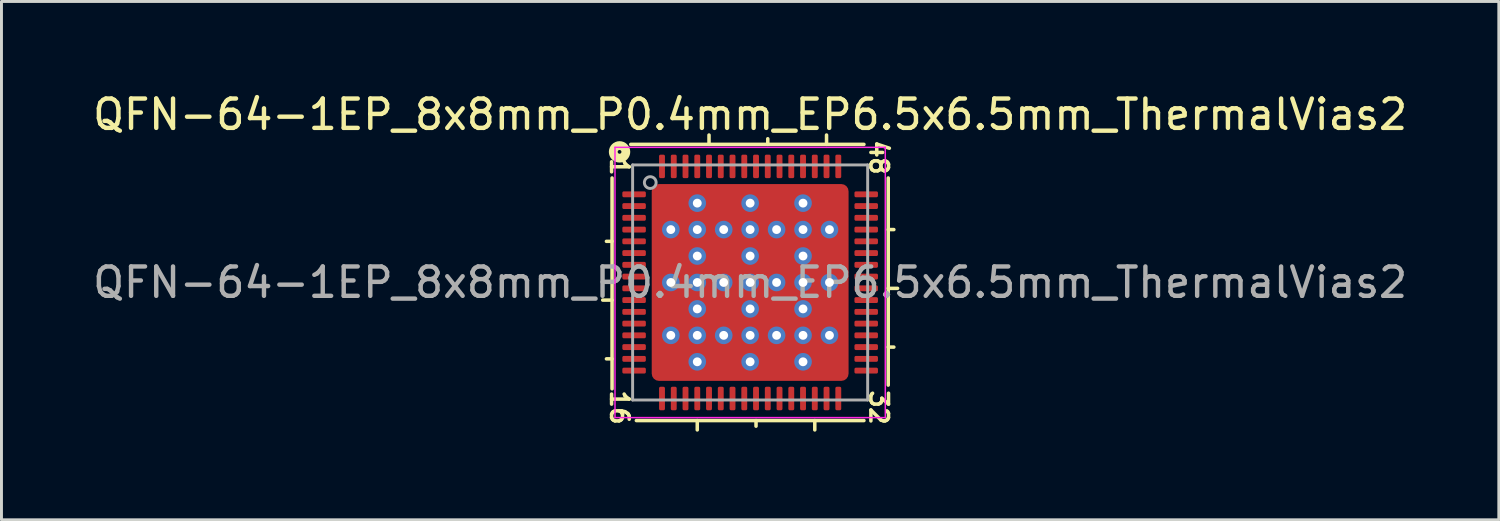
<source format=kicad_pcb>
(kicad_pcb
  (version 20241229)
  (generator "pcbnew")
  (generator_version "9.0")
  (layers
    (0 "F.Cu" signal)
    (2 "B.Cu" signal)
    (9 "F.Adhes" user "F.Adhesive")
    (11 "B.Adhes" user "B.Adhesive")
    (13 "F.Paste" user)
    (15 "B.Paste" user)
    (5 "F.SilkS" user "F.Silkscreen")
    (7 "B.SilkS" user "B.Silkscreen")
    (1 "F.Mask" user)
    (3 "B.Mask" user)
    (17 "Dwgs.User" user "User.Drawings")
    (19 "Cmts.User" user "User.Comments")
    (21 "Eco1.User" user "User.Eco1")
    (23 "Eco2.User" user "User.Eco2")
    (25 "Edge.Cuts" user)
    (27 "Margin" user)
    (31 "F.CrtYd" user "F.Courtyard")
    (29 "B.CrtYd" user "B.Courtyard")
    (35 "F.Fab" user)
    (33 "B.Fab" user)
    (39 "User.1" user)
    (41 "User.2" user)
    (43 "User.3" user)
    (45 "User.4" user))
  (footprint "QFN-64-1EP_8x8mm_P0.4mm_EP6.5x6.5mm_ThermalVias2"
    (layer "F.Cu")
    (at 22.482 6.564)
    (property "Reference" "QFN-64-1EP_8x8mm_P0.4mm_EP6.5x6.5mm_ThermalVias2" (at 0 -5.716 0) (layer "F.SilkS") (effects (font (size 1 1) (thickness 0.15))))
    (attr smd)
    (fp_line (start -4.7 -3.556) (end -4.7 3.619) (stroke (width 0.12) (type solid)) (layer "F.SilkS"))
    (fp_line (start -4.7 -1.4) (end -4.891 -1.4) (stroke (width 0.12) (type solid)) (layer "F.SilkS"))
    (fp_line (start -4.7 0.6) (end -5.018 0.6) (stroke (width 0.12) (type solid)) (layer "F.SilkS"))
    (fp_line (start -4.7 2.6) (end -4.891 2.6) (stroke (width 0.12) (type solid)) (layer "F.SilkS"))
    (fp_line (start -3.873 4.7) (end 3.873 4.7) (stroke (width 0.12) (type solid)) (layer "F.SilkS"))
    (fp_line (start -1.8 4.7) (end -1.8 5.018) (stroke (width 0.12) (type solid)) (layer "F.SilkS"))
    (fp_line (start -1.4 -4.7) (end -1.4 -5.018) (stroke (width 0.12) (type solid)) (layer "F.SilkS"))
    (fp_line (start 0.2 4.7) (end 0.2 4.891) (stroke (width 0.12) (type solid)) (layer "F.SilkS"))
    (fp_line (start 0.6 -4.7) (end 0.6 -4.891) (stroke (width 0.12) (type solid)) (layer "F.SilkS"))
    (fp_line (start 2.2 4.7) (end 2.2 5.018) (stroke (width 0.12) (type solid)) (layer "F.SilkS"))
    (fp_line (start 2.6 -4.7) (end 2.6 -5.018) (stroke (width 0.12) (type solid)) (layer "F.SilkS"))
    (fp_line (start 3.873 -4.7) (end -4.064 -4.7) (stroke (width 0.12) (type solid)) (layer "F.SilkS"))
    (fp_line (start 4.7 -1.8) (end 4.891 -1.8) (stroke (width 0.12) (type solid)) (layer "F.SilkS"))
    (fp_line (start 4.7 0.2) (end 5.018 0.2) (stroke (width 0.12) (type solid)) (layer "F.SilkS"))
    (fp_line (start 4.7 2.2) (end 4.891 2.2) (stroke (width 0.12) (type solid)) (layer "F.SilkS"))
    (fp_line (start 4.7 3.493) (end 4.7 -3.556) (stroke (width 0.12) (type solid)) (layer "F.SilkS"))
    (fp_circle (center -4.445 -4.445) (end -4.381 -4.445) (stroke (width 0.3) (type solid)) (fill no) (layer "F.SilkS"))
    (fp_line (start -4.6 -4.6) (end -4.6 4.6) (stroke (width 0.05) (type solid)) (layer "F.CrtYd"))
    (fp_line (start -4.6 4.6) (end 4.6 4.6) (stroke (width 0.05) (type solid)) (layer "F.CrtYd"))
    (fp_line (start 4.6 -4.6) (end -4.6 -4.6) (stroke (width 0.05) (type solid)) (layer "F.CrtYd"))
    (fp_line (start 4.6 4.6) (end 4.6 -4.6) (stroke (width 0.05) (type solid)) (layer "F.CrtYd"))
    (fp_line (start -4 -4) (end 4 -4) (stroke (width 0.1) (type solid)) (layer "F.Fab"))
    (fp_line (start -4 4) (end -4 -4) (stroke (width 0.1) (type solid)) (layer "F.Fab"))
    (fp_line (start 4 -4) (end 4 4) (stroke (width 0.1) (type solid)) (layer "F.Fab"))
    (fp_line (start 4 4) (end -4 4) (stroke (width 0.1) (type solid)) (layer "F.Fab"))
    (fp_circle (center -3.4 -3.4) (end -3.2 -3.4) (stroke (width 0.1) (type solid)) (fill no) (layer "F.Fab"))
    (fp_text user "16" (at -4.445 4.255 270) (unlocked yes) (layer "F.SilkS") (effects (font (size 0.6 0.6) (thickness 0.12))))
    (fp_text user "32" (at 4.381 4.255 270) (unlocked yes) (layer "F.SilkS") (effects (font (size 0.6 0.6) (thickness 0.12))))
    (fp_text user "1" (at -4.445 -3.937 270) (unlocked yes) (layer "F.SilkS") (effects (font (size 0.6 0.6) (thickness 0.12))))
    (fp_text user "48" (at 4.381 -4.255 270) (unlocked yes) (layer "F.SilkS") (effects (font (size 0.6 0.6) (thickness 0.12))))
    (fp_text user "${REFERENCE}" (at 0 0 0) (layer "F.Fab") (effects (font (size 1 1) (thickness 0.15))))
    (pad "" smd roundrect (at -2.675 -2.675) (size 0.85 0.85) (layers "F.Paste") (roundrect_rratio 0.25))
    (pad "" smd roundrect (at -2.675 -2.675 270) (size 1.15 1.15) (layers "F.Mask") (roundrect_rratio 0.217))
    (pad "" smd roundrect (at -2.675 -0.9) (size 0.85 0.9) (layers "F.Paste") (roundrect_rratio 0.25))
    (pad "" smd roundrect (at -2.675 -0.9 270) (size 1.2 1.15) (layers "F.Mask") (roundrect_rratio 0.217))
    (pad "" smd roundrect (at -2.675 0.9) (size 0.85 0.9) (layers "F.Paste") (roundrect_rratio 0.25))
    (pad "" smd roundrect (at -2.675 0.9 270) (size 1.2 1.15) (layers "F.Mask") (roundrect_rratio 0.217))
    (pad "" smd roundrect (at -2.675 2.675) (size 0.85 0.85) (layers "F.Paste") (roundrect_rratio 0.25))
    (pad "" smd roundrect (at -2.675 2.675 270) (size 1.15 1.15) (layers "F.Mask") (roundrect_rratio 0.217))
    (pad "" smd roundrect (at -0.9 -2.675) (size 0.9 0.85) (layers "F.Paste") (roundrect_rratio 0.25))
    (pad "" smd roundrect (at -0.9 -2.675 270) (size 1.15 1.2) (layers "F.Mask") (roundrect_rratio 0.217))
    (pad "" smd roundrect (at -0.9 -0.9) (size 0.9 0.9) (layers "F.Paste") (roundrect_rratio 0.25))
    (pad "" smd roundrect (at -0.9 -0.9 270) (size 1.2 1.2) (layers "F.Mask") (roundrect_rratio 0.208))
    (pad "" smd roundrect (at -0.9 0.9) (size 0.9 0.9) (layers "F.Paste") (roundrect_rratio 0.25))
    (pad "" smd roundrect (at -0.9 0.9 270) (size 1.2 1.2) (layers "F.Mask") (roundrect_rratio 0.208))
    (pad "" smd roundrect (at -0.9 2.675) (size 0.9 0.85) (layers "F.Paste") (roundrect_rratio 0.25))
    (pad "" smd roundrect (at -0.9 2.675 270) (size 1.15 1.2) (layers "F.Mask") (roundrect_rratio 0.217))
    (pad "" smd roundrect (at 0.9 -2.675) (size 0.9 0.85) (layers "F.Paste") (roundrect_rratio 0.25))
    (pad "" smd roundrect (at 0.9 -2.675 270) (size 1.15 1.2) (layers "F.Mask") (roundrect_rratio 0.217))
    (pad "" smd roundrect (at 0.9 -0.9) (size 0.9 0.9) (layers "F.Paste") (roundrect_rratio 0.25))
    (pad "" smd roundrect (at 0.9 -0.9 270) (size 1.2 1.2) (layers "F.Mask") (roundrect_rratio 0.208))
    (pad "" smd roundrect (at 0.9 0.9) (size 0.9 0.9) (layers "F.Paste") (roundrect_rratio 0.25))
    (pad "" smd roundrect (at 0.9 0.9 270) (size 1.2 1.2) (layers "F.Mask") (roundrect_rratio 0.208))
    (pad "" smd roundrect (at 0.9 2.675) (size 0.9 0.85) (layers "F.Paste") (roundrect_rratio 0.25))
    (pad "" smd roundrect (at 0.9 2.675 270) (size 1.15 1.2) (layers "F.Mask") (roundrect_rratio 0.217))
    (pad "" smd roundrect (at 2.675 -2.675) (size 0.85 0.85) (layers "F.Paste") (roundrect_rratio 0.25))
    (pad "" smd roundrect (at 2.675 -2.675 270) (size 1.15 1.15) (layers "F.Mask") (roundrect_rratio 0.217))
    (pad "" smd roundrect (at 2.675 -0.9) (size 0.85 0.9) (layers "F.Paste") (roundrect_rratio 0.25))
    (pad "" smd roundrect (at 2.675 -0.9 270) (size 1.2 1.15) (layers "F.Mask") (roundrect_rratio 0.217))
    (pad "" smd roundrect (at 2.675 0.9) (size 0.85 0.9) (layers "F.Paste") (roundrect_rratio 0.25))
    (pad "" smd roundrect (at 2.675 0.9 270) (size 1.2 1.15) (layers "F.Mask") (roundrect_rratio 0.217))
    (pad "" smd roundrect (at 2.675 2.675) (size 0.85 0.85) (layers "F.Paste") (roundrect_rratio 0.25))
    (pad "" smd roundrect (at 2.675 2.675 270) (size 1.15 1.15) (layers "F.Mask") (roundrect_rratio 0.217))
    (pad "1" smd roundrect (at -3.95 -3) (size 0.8 0.2) (layers "F.Cu" "F.Mask" "F.Paste") (roundrect_rratio 0.25))
    (pad "2" smd roundrect (at -3.95 -2.6) (size 0.8 0.2) (layers "F.Cu" "F.Mask" "F.Paste") (roundrect_rratio 0.25))
    (pad "3" smd roundrect (at -3.95 -2.2) (size 0.8 0.2) (layers "F.Cu" "F.Mask" "F.Paste") (roundrect_rratio 0.25))
    (pad "4" smd roundrect (at -3.95 -1.8) (size 0.8 0.2) (layers "F.Cu" "F.Mask" "F.Paste") (roundrect_rratio 0.25))
    (pad "5" smd roundrect (at -3.95 -1.4) (size 0.8 0.2) (layers "F.Cu" "F.Mask" "F.Paste") (roundrect_rratio 0.25))
    (pad "6" smd roundrect (at -3.95 -1) (size 0.8 0.2) (layers "F.Cu" "F.Mask" "F.Paste") (roundrect_rratio 0.25))
    (pad "7" smd roundrect (at -3.95 -0.6) (size 0.8 0.2) (layers "F.Cu" "F.Mask" "F.Paste") (roundrect_rratio 0.25))
    (pad "8" smd roundrect (at -3.95 -0.2) (size 0.8 0.2) (layers "F.Cu" "F.Mask" "F.Paste") (roundrect_rratio 0.25))
    (pad "9" smd roundrect (at -3.95 0.2) (size 0.8 0.2) (layers "F.Cu" "F.Mask" "F.Paste") (roundrect_rratio 0.25))
    (pad "10" smd roundrect (at -3.95 0.6) (size 0.8 0.2) (layers "F.Cu" "F.Mask" "F.Paste") (roundrect_rratio 0.25))
    (pad "11" smd roundrect (at -3.95 1) (size 0.8 0.2) (layers "F.Cu" "F.Mask" "F.Paste") (roundrect_rratio 0.25))
    (pad "12" smd roundrect (at -3.95 1.4) (size 0.8 0.2) (layers "F.Cu" "F.Mask" "F.Paste") (roundrect_rratio 0.25))
    (pad "13" smd roundrect (at -3.95 1.8) (size 0.8 0.2) (layers "F.Cu" "F.Mask" "F.Paste") (roundrect_rratio 0.25))
    (pad "14" smd roundrect (at -3.95 2.2) (size 0.8 0.2) (layers "F.Cu" "F.Mask" "F.Paste") (roundrect_rratio 0.25))
    (pad "15" smd roundrect (at -3.95 2.6) (size 0.8 0.2) (layers "F.Cu" "F.Mask" "F.Paste") (roundrect_rratio 0.25))
    (pad "16" smd roundrect (at -3.95 3) (size 0.8 0.2) (layers "F.Cu" "F.Mask" "F.Paste") (roundrect_rratio 0.25))
    (pad "17" smd roundrect (at -3 3.95) (size 0.2 0.8) (layers "F.Cu" "F.Mask" "F.Paste") (roundrect_rratio 0.25))
    (pad "18" smd roundrect (at -2.6 3.95) (size 0.2 0.8) (layers "F.Cu" "F.Mask" "F.Paste") (roundrect_rratio 0.25))
    (pad "19" smd roundrect (at -2.2 3.95) (size 0.2 0.8) (layers "F.Cu" "F.Mask" "F.Paste") (roundrect_rratio 0.25))
    (pad "20" smd roundrect (at -1.8 3.95) (size 0.2 0.8) (layers "F.Cu" "F.Mask" "F.Paste") (roundrect_rratio 0.25))
    (pad "21" smd roundrect (at -1.4 3.95) (size 0.2 0.8) (layers "F.Cu" "F.Mask" "F.Paste") (roundrect_rratio 0.25))
    (pad "22" smd roundrect (at -1 3.95) (size 0.2 0.8) (layers "F.Cu" "F.Mask" "F.Paste") (roundrect_rratio 0.25))
    (pad "23" smd roundrect (at -0.6 3.95) (size 0.2 0.8) (layers "F.Cu" "F.Mask" "F.Paste") (roundrect_rratio 0.25))
    (pad "24" smd roundrect (at -0.2 3.95) (size 0.2 0.8) (layers "F.Cu" "F.Mask" "F.Paste") (roundrect_rratio 0.25))
    (pad "25" smd roundrect (at 0.2 3.95) (size 0.2 0.8) (layers "F.Cu" "F.Mask" "F.Paste") (roundrect_rratio 0.25))
    (pad "26" smd roundrect (at 0.6 3.95) (size 0.2 0.8) (layers "F.Cu" "F.Mask" "F.Paste") (roundrect_rratio 0.25))
    (pad "27" smd roundrect (at 1 3.95) (size 0.2 0.8) (layers "F.Cu" "F.Mask" "F.Paste") (roundrect_rratio 0.25))
    (pad "28" smd roundrect (at 1.4 3.95) (size 0.2 0.8) (layers "F.Cu" "F.Mask" "F.Paste") (roundrect_rratio 0.25))
    (pad "29" smd roundrect (at 1.8 3.95) (size 0.2 0.8) (layers "F.Cu" "F.Mask" "F.Paste") (roundrect_rratio 0.25))
    (pad "30" smd roundrect (at 2.2 3.95) (size 0.2 0.8) (layers "F.Cu" "F.Mask" "F.Paste") (roundrect_rratio 0.25))
    (pad "31" smd roundrect (at 2.6 3.95) (size 0.2 0.8) (layers "F.Cu" "F.Mask" "F.Paste") (roundrect_rratio 0.25))
    (pad "32" smd roundrect (at 3 3.95) (size 0.2 0.8) (layers "F.Cu" "F.Mask" "F.Paste") (roundrect_rratio 0.25))
    (pad "33" smd roundrect (at 3.95 3) (size 0.8 0.2) (layers "F.Cu" "F.Mask" "F.Paste") (roundrect_rratio 0.25))
    (pad "34" smd roundrect (at 3.95 2.6) (size 0.8 0.2) (layers "F.Cu" "F.Mask" "F.Paste") (roundrect_rratio 0.25))
    (pad "35" smd roundrect (at 3.95 2.2) (size 0.8 0.2) (layers "F.Cu" "F.Mask" "F.Paste") (roundrect_rratio 0.25))
    (pad "36" smd roundrect (at 3.95 1.8) (size 0.8 0.2) (layers "F.Cu" "F.Mask" "F.Paste") (roundrect_rratio 0.25))
    (pad "37" smd roundrect (at 3.95 1.4) (size 0.8 0.2) (layers "F.Cu" "F.Mask" "F.Paste") (roundrect_rratio 0.25))
    (pad "38" smd roundrect (at 3.95 1) (size 0.8 0.2) (layers "F.Cu" "F.Mask" "F.Paste") (roundrect_rratio 0.25))
    (pad "39" smd roundrect (at 3.95 0.6) (size 0.8 0.2) (layers "F.Cu" "F.Mask" "F.Paste") (roundrect_rratio 0.25))
    (pad "40" smd roundrect (at 3.95 0.2) (size 0.8 0.2) (layers "F.Cu" "F.Mask" "F.Paste") (roundrect_rratio 0.25))
    (pad "41" smd roundrect (at 3.95 -0.2) (size 0.8 0.2) (layers "F.Cu" "F.Mask" "F.Paste") (roundrect_rratio 0.25))
    (pad "42" smd roundrect (at 3.95 -0.6) (size 0.8 0.2) (layers "F.Cu" "F.Mask" "F.Paste") (roundrect_rratio 0.25))
    (pad "43" smd roundrect (at 3.95 -1) (size 0.8 0.2) (layers "F.Cu" "F.Mask" "F.Paste") (roundrect_rratio 0.25))
    (pad "44" smd roundrect (at 3.95 -1.4) (size 0.8 0.2) (layers "F.Cu" "F.Mask" "F.Paste") (roundrect_rratio 0.25))
    (pad "45" smd roundrect (at 3.95 -1.8) (size 0.8 0.2) (layers "F.Cu" "F.Mask" "F.Paste") (roundrect_rratio 0.25))
    (pad "46" smd roundrect (at 3.95 -2.2) (size 0.8 0.2) (layers "F.Cu" "F.Mask" "F.Paste") (roundrect_rratio 0.25))
    (pad "47" smd roundrect (at 3.95 -2.6) (size 0.8 0.2) (layers "F.Cu" "F.Mask" "F.Paste") (roundrect_rratio 0.25))
    (pad "48" smd roundrect (at 3.95 -3) (size 0.8 0.2) (layers "F.Cu" "F.Mask" "F.Paste") (roundrect_rratio 0.25))
    (pad "49" smd roundrect (at 3 -3.95) (size 0.2 0.8) (layers "F.Cu" "F.Mask" "F.Paste") (roundrect_rratio 0.25))
    (pad "50" smd roundrect (at 2.6 -3.95) (size 0.2 0.8) (layers "F.Cu" "F.Mask" "F.Paste") (roundrect_rratio 0.25))
    (pad "51" smd roundrect (at 2.2 -3.95) (size 0.2 0.8) (layers "F.Cu" "F.Mask" "F.Paste") (roundrect_rratio 0.25))
    (pad "52" smd roundrect (at 1.8 -3.95) (size 0.2 0.8) (layers "F.Cu" "F.Mask" "F.Paste") (roundrect_rratio 0.25))
    (pad "53" smd roundrect (at 1.4 -3.95) (size 0.2 0.8) (layers "F.Cu" "F.Mask" "F.Paste") (roundrect_rratio 0.25))
    (pad "54" smd roundrect (at 1 -3.95) (size 0.2 0.8) (layers "F.Cu" "F.Mask" "F.Paste") (roundrect_rratio 0.25))
    (pad "55" smd roundrect (at 0.6 -3.95) (size 0.2 0.8) (layers "F.Cu" "F.Mask" "F.Paste") (roundrect_rratio 0.25))
    (pad "56" smd roundrect (at 0.2 -3.95) (size 0.2 0.8) (layers "F.Cu" "F.Mask" "F.Paste") (roundrect_rratio 0.25))
    (pad "57" smd roundrect (at -0.2 -3.95) (size 0.2 0.8) (layers "F.Cu" "F.Mask" "F.Paste") (roundrect_rratio 0.25))
    (pad "58" smd roundrect (at -0.6 -3.95) (size 0.2 0.8) (layers "F.Cu" "F.Mask" "F.Paste") (roundrect_rratio 0.25))
    (pad "59" smd roundrect (at -1 -3.95) (size 0.2 0.8) (layers "F.Cu" "F.Mask" "F.Paste") (roundrect_rratio 0.25))
    (pad "60" smd roundrect (at -1.4 -3.95) (size 0.2 0.8) (layers "F.Cu" "F.Mask" "F.Paste") (roundrect_rratio 0.25))
    (pad "61" smd roundrect (at -1.8 -3.95) (size 0.2 0.8) (layers "F.Cu" "F.Mask" "F.Paste") (roundrect_rratio 0.25))
    (pad "62" smd roundrect (at -2.2 -3.95) (size 0.2 0.8) (layers "F.Cu" "F.Mask" "F.Paste") (roundrect_rratio 0.25))
    (pad "63" smd roundrect (at -2.6 -3.95) (size 0.2 0.8) (layers "F.Cu" "F.Mask" "F.Paste") (roundrect_rratio 0.25))
    (pad "64" smd roundrect (at -3 -3.95) (size 0.2 0.8) (layers "F.Cu" "F.Mask" "F.Paste") (roundrect_rratio 0.25))
    (pad "65" thru_hole circle (at -2.7 -1.8) (size 0.6 0.6) (drill 0.3) (property pad_prop_heatsink) (layers "*.Cu" "*.Mask"))
    (pad "65" thru_hole circle (at -2.7 0) (size 0.6 0.6) (drill 0.3) (property pad_prop_heatsink) (layers "*.Cu" "*.Mask"))
    (pad "65" thru_hole circle (at -2.7 1.8) (size 0.6 0.6) (drill 0.3) (property pad_prop_heatsink) (layers "*.Cu" "*.Mask"))
    (pad "65" thru_hole circle (at -1.8 -2.7) (size 0.6 0.6) (drill 0.3) (property pad_prop_heatsink) (layers "*.Cu" "*.Mask"))
    (pad "65" thru_hole circle (at -1.8 -1.8) (size 0.6 0.6) (drill 0.3) (property pad_prop_heatsink) (layers "*.Cu" "*.Mask"))
    (pad "65" thru_hole circle (at -1.8 -0.9) (size 0.6 0.6) (drill 0.3) (property pad_prop_heatsink) (layers "*.Cu" "*.Mask"))
    (pad "65" thru_hole circle (at -1.8 0) (size 0.6 0.6) (drill 0.3) (property pad_prop_heatsink) (layers "*.Cu" "*.Mask"))
    (pad "65" thru_hole circle (at -1.8 0.9) (size 0.6 0.6) (drill 0.3) (property pad_prop_heatsink) (layers "*.Cu" "*.Mask"))
    (pad "65" thru_hole circle (at -1.8 1.8) (size 0.6 0.6) (drill 0.3) (property pad_prop_heatsink) (layers "*.Cu" "*.Mask"))
    (pad "65" thru_hole circle (at -1.8 2.7) (size 0.6 0.6) (drill 0.3) (property pad_prop_heatsink) (layers "*.Cu" "*.Mask"))
    (pad "65" thru_hole circle (at -0.9 -1.8) (size 0.6 0.6) (drill 0.3) (property pad_prop_heatsink) (layers "*.Cu" "*.Mask"))
    (pad "65" thru_hole circle (at -0.9 0) (size 0.6 0.6) (drill 0.3) (property pad_prop_heatsink) (layers "*.Cu" "*.Mask"))
    (pad "65" thru_hole circle (at -0.9 1.8) (size 0.6 0.6) (drill 0.3) (property pad_prop_heatsink) (layers "*.Cu" "*.Mask"))
    (pad "65" thru_hole circle (at 0 -2.7) (size 0.6 0.6) (drill 0.3) (property pad_prop_heatsink) (layers "*.Cu" "*.Mask"))
    (pad "65" thru_hole circle (at 0 -1.8) (size 0.6 0.6) (drill 0.3) (property pad_prop_heatsink) (layers "*.Cu" "*.Mask"))
    (pad "65" thru_hole circle (at 0 -0.9) (size 0.6 0.6) (drill 0.3) (property pad_prop_heatsink) (layers "*.Cu" "*.Mask"))
    (pad "65" thru_hole circle (at 0 0) (size 0.6 0.6) (drill 0.3) (property pad_prop_heatsink) (layers "*.Cu" "*.Mask"))
    (pad "65" smd roundrect (at 0 0) (size 6.7 6.7) (layers "F.Cu") (roundrect_rratio 0.037))
    (pad "65" thru_hole circle (at 0 0.9) (size 0.6 0.6) (drill 0.3) (property pad_prop_heatsink) (layers "*.Cu" "*.Mask"))
    (pad "65" thru_hole circle (at 0 1.8) (size 0.6 0.6) (drill 0.3) (property pad_prop_heatsink) (layers "*.Cu" "*.Mask"))
    (pad "65" thru_hole circle (at 0 2.7) (size 0.6 0.6) (drill 0.3) (property pad_prop_heatsink) (layers "*.Cu" "*.Mask"))
    (pad "65" thru_hole circle (at 0.9 -1.8) (size 0.6 0.6) (drill 0.3) (property pad_prop_heatsink) (layers "*.Cu" "*.Mask"))
    (pad "65" thru_hole circle (at 0.9 0) (size 0.6 0.6) (drill 0.3) (property pad_prop_heatsink) (layers "*.Cu" "*.Mask"))
    (pad "65" thru_hole circle (at 0.9 1.8) (size 0.6 0.6) (drill 0.3) (property pad_prop_heatsink) (layers "*.Cu" "*.Mask"))
    (pad "65" thru_hole circle (at 1.8 -2.7) (size 0.6 0.6) (drill 0.3) (property pad_prop_heatsink) (layers "*.Cu" "*.Mask"))
    (pad "65" thru_hole circle (at 1.8 -1.8) (size 0.6 0.6) (drill 0.3) (property pad_prop_heatsink) (layers "*.Cu" "*.Mask"))
    (pad "65" thru_hole circle (at 1.8 -0.9) (size 0.6 0.6) (drill 0.3) (property pad_prop_heatsink) (layers "*.Cu" "*.Mask"))
    (pad "65" thru_hole circle (at 1.8 0) (size 0.6 0.6) (drill 0.3) (property pad_prop_heatsink) (layers "*.Cu" "*.Mask"))
    (pad "65" thru_hole circle (at 1.8 0.9) (size 0.6 0.6) (drill 0.3) (property pad_prop_heatsink) (layers "*.Cu" "*.Mask"))
    (pad "65" thru_hole circle (at 1.8 1.8) (size 0.6 0.6) (drill 0.3) (property pad_prop_heatsink) (layers "*.Cu" "*.Mask"))
    (pad "65" thru_hole circle (at 1.8 2.7) (size 0.6 0.6) (drill 0.3) (property pad_prop_heatsink) (layers "*.Cu" "*.Mask"))
    (pad "65" thru_hole circle (at 2.7 -1.8) (size 0.6 0.6) (drill 0.3) (property pad_prop_heatsink) (layers "*.Cu" "*.Mask"))
    (pad "65" thru_hole circle (at 2.7 0) (size 0.6 0.6) (drill 0.3) (property pad_prop_heatsink) (layers "*.Cu" "*.Mask"))
    (pad "65" thru_hole circle (at 2.7 1.8) (size 0.6 0.6) (drill 0.3) (property pad_prop_heatsink) (layers "*.Cu" "*.Mask")))
  (gr_rect
    (start -3 -3)
    (end 47.964 14.642)
    (stroke (width 0.1) (type default))
    (fill no)
    (layer "Edge.Cuts")))
</source>
